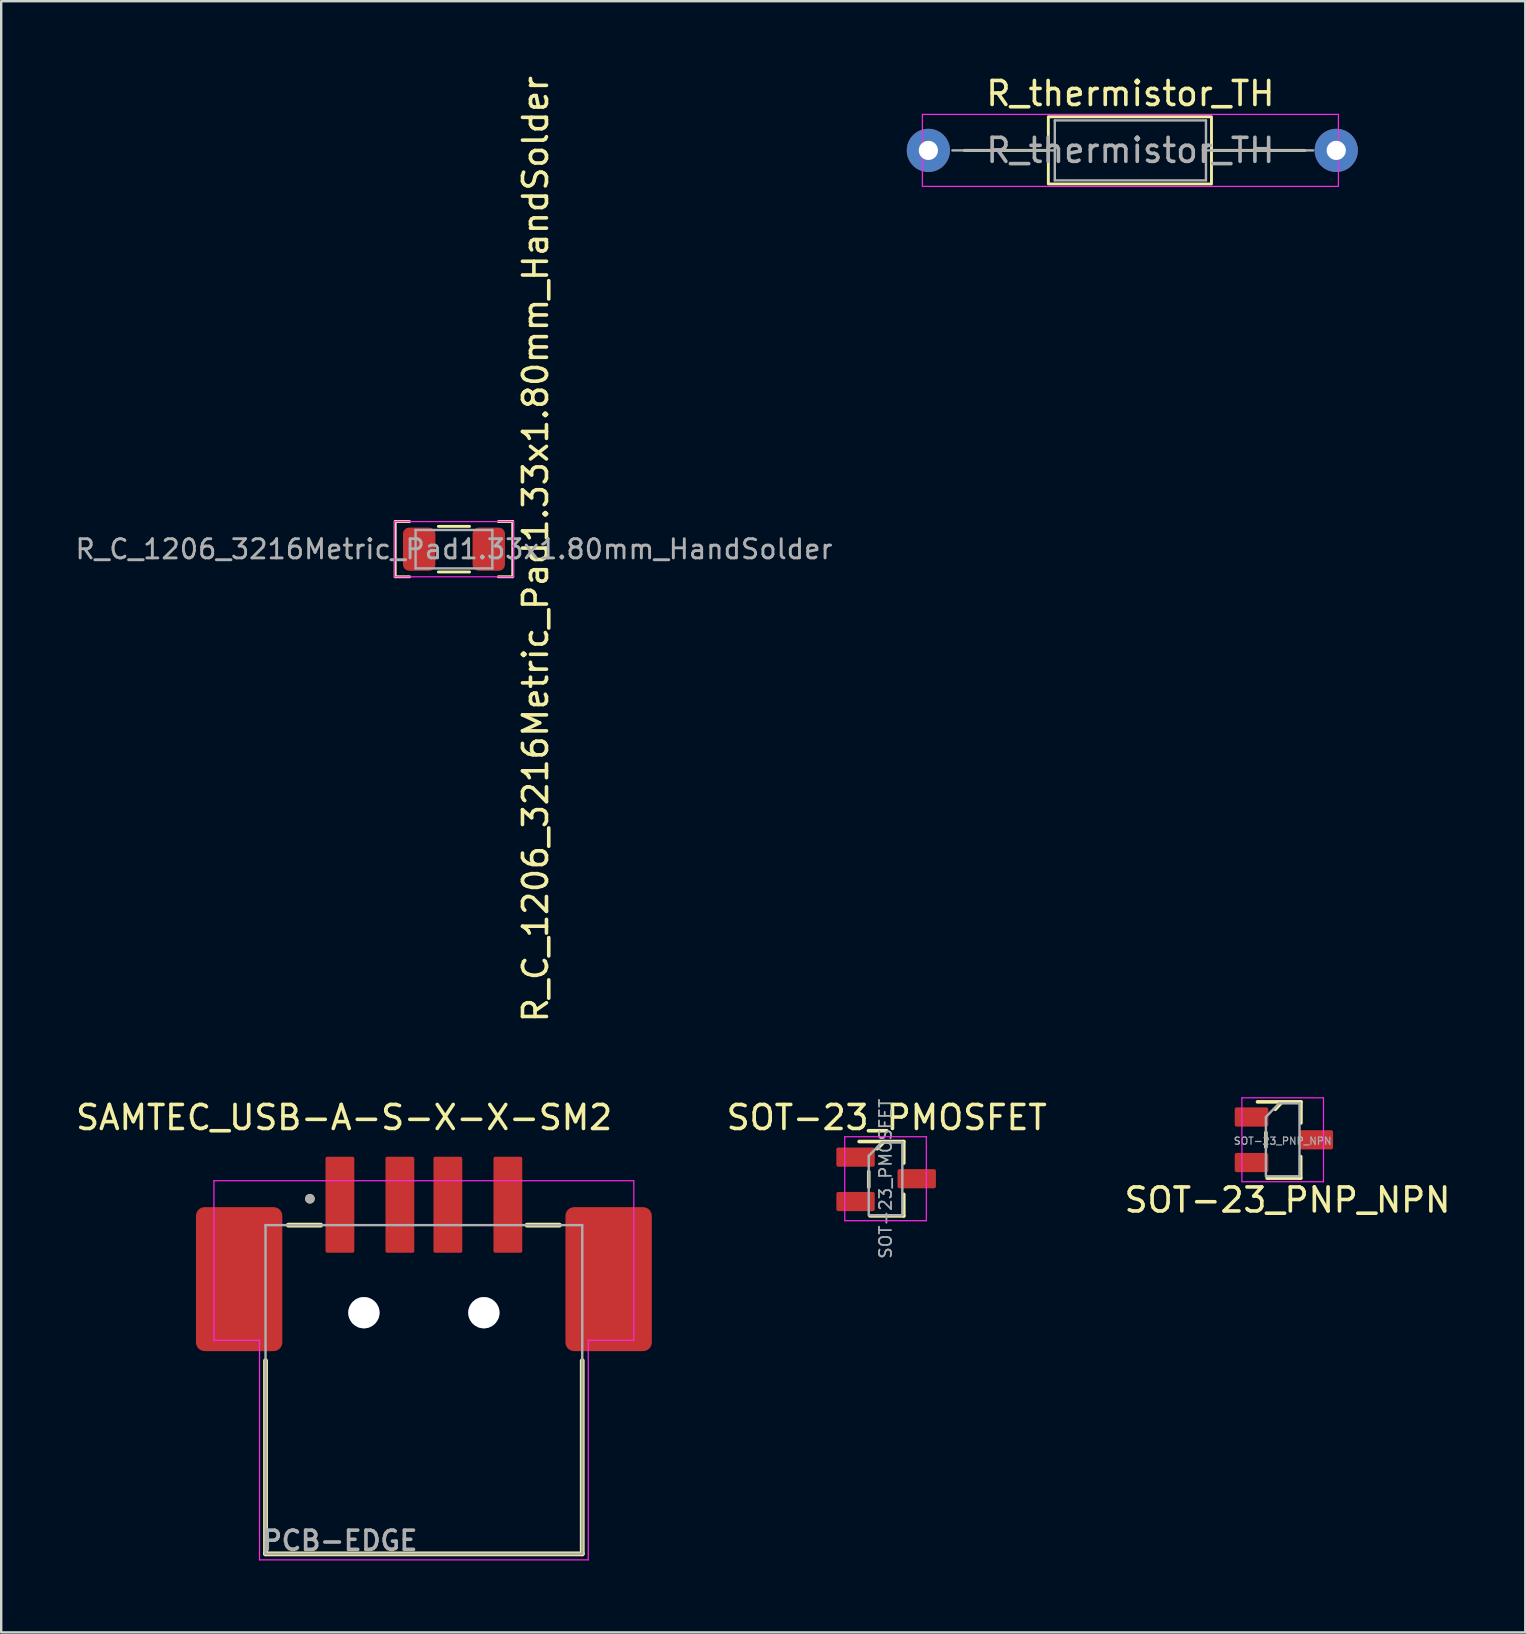
<source format=kicad_pcb>
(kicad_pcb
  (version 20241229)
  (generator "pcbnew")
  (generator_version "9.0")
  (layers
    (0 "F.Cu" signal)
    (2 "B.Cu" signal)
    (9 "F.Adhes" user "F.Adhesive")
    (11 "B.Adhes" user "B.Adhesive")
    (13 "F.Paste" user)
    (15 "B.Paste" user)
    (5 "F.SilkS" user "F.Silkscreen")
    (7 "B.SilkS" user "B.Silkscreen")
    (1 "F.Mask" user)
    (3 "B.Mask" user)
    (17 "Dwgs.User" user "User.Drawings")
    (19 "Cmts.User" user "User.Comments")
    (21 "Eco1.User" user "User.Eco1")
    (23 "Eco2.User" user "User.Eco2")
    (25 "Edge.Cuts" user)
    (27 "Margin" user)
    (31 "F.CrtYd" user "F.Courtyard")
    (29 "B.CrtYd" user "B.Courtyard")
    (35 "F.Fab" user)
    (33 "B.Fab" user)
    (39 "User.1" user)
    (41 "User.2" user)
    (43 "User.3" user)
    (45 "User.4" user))
  (footprint "R_thermistor_TH"
    (layer "F.Cu")
    (at 44.143 3.218)
    (property "Reference" "R_thermistor_TH" (at -0.08 -2.37 0) (layer "F.SilkS") (effects (font (size 1 1) (thickness 0.15))))
    (attr through_hole)
    (fp_line (start -7 0) (end -3.545 0) (stroke (width 0.12) (type solid)) (layer "F.SilkS"))
    (fp_line (start 7.2 0) (end 3.3 0) (stroke (width 0.12) (type solid)) (layer "F.SilkS"))
    (fp_rect (start -3.5 -1.4) (end 3.3 1.4) (stroke (width 0.12) (type solid)) (fill no) (layer "F.SilkS"))
    (fp_line (start -8.75 -1.5) (end -8.75 1.5) (stroke (width 0.05) (type solid)) (layer "F.CrtYd"))
    (fp_line (start -8.75 1.5) (end 8.59 1.5) (stroke (width 0.05) (type solid)) (layer "F.CrtYd"))
    (fp_line (start 8.59 -1.5) (end -8.75 -1.5) (stroke (width 0.05) (type solid)) (layer "F.CrtYd"))
    (fp_line (start 8.59 1.5) (end 8.59 -1.5) (stroke (width 0.05) (type solid)) (layer "F.CrtYd"))
    (fp_line (start -7.5 0) (end -3.23 0) (stroke (width 0.1) (type solid)) (layer "F.Fab"))
    (fp_line (start -3.23 -1.25) (end -3.23 1.25) (stroke (width 0.1) (type solid)) (layer "F.Fab"))
    (fp_line (start -3.23 1.25) (end 3.07 1.25) (stroke (width 0.1) (type solid)) (layer "F.Fab"))
    (fp_line (start 3.07 -1.25) (end -3.23 -1.25) (stroke (width 0.1) (type solid)) (layer "F.Fab"))
    (fp_line (start 3.07 1.25) (end 3.07 -1.25) (stroke (width 0.1) (type solid)) (layer "F.Fab"))
    (fp_line (start 7.54 0) (end 3.07 0) (stroke (width 0.1) (type solid)) (layer "F.Fab"))
    (fp_text user "${REFERENCE}" (at -0.08 0 0) (layer "F.Fab") (effects (font (size 1 1) (thickness 0.15))))
    (pad "1" thru_hole circle (at -8.5 0) (size 1.8 1.8) (drill 0.8) (layers "*.Cu" "*.Mask"))
    (pad "2" thru_hole circle (at 8.5 0) (size 1.8 1.8) (drill 0.8) (layers "*.Cu" "*.Mask")))
  (footprint "R_C_1206_3216Metric_Pad1.33x1.80mm_HandSolder"
    (layer "F.Cu")
    (at 15.871 19.839)
    (property "Reference" "R_C_1206_3216Metric_Pad1.33x1.80mm_HandSolder" (at 3.4 0 90) (layer "F.SilkS") (effects (font (size 1 1) (thickness 0.15))))
    (attr smd)
    (fp_line (start -2.45 -1.15) (end -2.45 1.15) (stroke (width 0.12) (type solid)) (layer "F.SilkS"))
    (fp_line (start -2.45 1.15) (end -1.85 1.15) (stroke (width 0.12) (type solid)) (layer "F.SilkS"))
    (fp_line (start -1.85 -1.15) (end -2.45 -1.15) (stroke (width 0.12) (type solid)) (layer "F.SilkS"))
    (fp_line (start -0.65 -0.95) (end 0.65 -0.95) (stroke (width 0.12) (type solid)) (layer "F.SilkS"))
    (fp_line (start -0.65 0.95) (end 0.65 0.95) (stroke (width 0.12) (type solid)) (layer "F.SilkS"))
    (fp_line (start 1.85 1.15) (end 2.45 1.15) (stroke (width 0.12) (type solid)) (layer "F.SilkS"))
    (fp_line (start 2.45 -1.15) (end 1.85 -1.15) (stroke (width 0.12) (type solid)) (layer "F.SilkS"))
    (fp_line (start 2.45 1.15) (end 2.45 -1.15) (stroke (width 0.12) (type solid)) (layer "F.SilkS"))
    (fp_line (start -2.48 -1.15) (end 2.48 -1.15) (stroke (width 0.05) (type solid)) (layer "F.CrtYd"))
    (fp_line (start -2.48 1.15) (end -2.48 -1.15) (stroke (width 0.05) (type solid)) (layer "F.CrtYd"))
    (fp_line (start 2.48 -1.15) (end 2.48 1.15) (stroke (width 0.05) (type solid)) (layer "F.CrtYd"))
    (fp_line (start 2.48 1.15) (end -2.48 1.15) (stroke (width 0.05) (type solid)) (layer "F.CrtYd"))
    (fp_line (start -1.6 -0.8) (end 1.6 -0.8) (stroke (width 0.1) (type solid)) (layer "F.Fab"))
    (fp_line (start -1.6 0.8) (end -1.6 -0.8) (stroke (width 0.1) (type solid)) (layer "F.Fab"))
    (fp_line (start 1.6 -0.8) (end 1.6 0.8) (stroke (width 0.1) (type solid)) (layer "F.Fab"))
    (fp_line (start 1.6 0.8) (end -1.6 0.8) (stroke (width 0.1) (type solid)) (layer "F.Fab"))
    (fp_text user "${REFERENCE}" (at 0 0 0) (layer "F.Fab") (effects (font (size 0.8 0.8) (thickness 0.12))))
    (pad "1" smd roundrect (at -1.45 0) (size 1.35 1.8) (layers "F.Cu" "F.Mask" "F.Paste") (roundrect_rratio 0.189))
    (pad "2" smd roundrect (at 1.45 0) (size 1.35 1.8) (layers "F.Cu" "F.Mask" "F.Paste") (roundrect_rratio 0.189)))
  (footprint "SAMTEC_USB-A-S-X-X-SM2"
    (layer "F.Cu")
    (at 14.617 51.662)
    (property "Reference" "SAMTEC_USB-A-S-X-X-SM2" (at -3.325 -8.135 0) (layer "F.SilkS") (effects (font (size 1 1) (thickness 0.15))))
    (attr through_hole)
    (fp_line (start -6.6 10.05) (end -6.6 2) (stroke (width 0.2) (type solid)) (layer "F.SilkS"))
    (fp_line (start -5.65 -3.65) (end -4.3 -3.65) (stroke (width 0.2) (type solid)) (layer "F.SilkS"))
    (fp_line (start 4.3 -3.65) (end 5.65 -3.65) (stroke (width 0.2) (type solid)) (layer "F.SilkS"))
    (fp_line (start 6.6 2) (end 6.6 10.05) (stroke (width 0.2) (type solid)) (layer "F.SilkS"))
    (fp_line (start 6.6 10.05) (end -6.6 10.05) (stroke (width 0.2) (type solid)) (layer "F.SilkS"))
    (fp_circle (center -4.75 -4.75) (end -4.65 -4.75) (stroke (width 0.2) (type solid)) (fill no) (layer "F.SilkS"))
    (fp_line (start -8.75 -5.5) (end 8.75 -5.5) (stroke (width 0.05) (type solid)) (layer "F.CrtYd"))
    (fp_line (start -8.75 1.15) (end -8.75 -5.5) (stroke (width 0.05) (type solid)) (layer "F.CrtYd"))
    (fp_line (start -6.85 1.15) (end -8.75 1.15) (stroke (width 0.05) (type solid)) (layer "F.CrtYd"))
    (fp_line (start -6.85 10.3) (end -6.85 1.15) (stroke (width 0.05) (type solid)) (layer "F.CrtYd"))
    (fp_line (start 6.85 1.15) (end 6.85 10.3) (stroke (width 0.05) (type solid)) (layer "F.CrtYd"))
    (fp_line (start 6.85 10.3) (end -6.85 10.3) (stroke (width 0.05) (type solid)) (layer "F.CrtYd"))
    (fp_line (start 8.75 -5.5) (end 8.75 1.15) (stroke (width 0.05) (type solid)) (layer "F.CrtYd"))
    (fp_line (start 8.75 1.15) (end 6.85 1.15) (stroke (width 0.05) (type solid)) (layer "F.CrtYd"))
    (fp_line (start -6.6 -3.65) (end 6.6 -3.65) (stroke (width 0.1) (type solid)) (layer "F.Fab"))
    (fp_line (start -6.6 10.05) (end -6.6 -3.65) (stroke (width 0.1) (type solid)) (layer "F.Fab"))
    (fp_line (start 6.6 -3.65) (end 6.6 10.05) (stroke (width 0.1) (type solid)) (layer "F.Fab"))
    (fp_line (start 6.6 10.05) (end -6.6 10.05) (stroke (width 0.1) (type solid)) (layer "F.Fab"))
    (fp_circle (center -4.75 -4.75) (end -4.65 -4.75) (stroke (width 0.2) (type solid)) (fill no) (layer "F.Fab"))
    (fp_text user "PCB-EDGE" (at -3.5 9.5 0) (layer "F.Fab") (effects (font (size 0.8 0.8) (thickness 0.15))))
    (pad "1" smd roundrect (at -3.5 -4.5) (size 1.2 4) (layers "F.Cu" "F.Mask" "F.Paste") (roundrect_rratio 0.06))
    (pad "2" smd roundrect (at -1 -4.5) (size 1.2 4) (layers "F.Cu" "F.Mask" "F.Paste") (roundrect_rratio 0.06))
    (pad "3" smd roundrect (at 1 -4.5) (size 1.2 4) (layers "F.Cu" "F.Mask" "F.Paste") (roundrect_rratio 0.06))
    (pad "4" smd roundrect (at 3.5 -4.5) (size 1.2 4) (layers "F.Cu" "F.Mask" "F.Paste") (roundrect_rratio 0.06))
    (pad "5" smd roundrect (at 7.7 -1.4) (size 3.6 6) (layers "F.Cu" "F.Mask" "F.Paste") (roundrect_rratio 0.1))
    (pad "6" smd roundrect (at -7.7 -1.4) (size 3.6 6) (layers "F.Cu" "F.Mask" "F.Paste") (roundrect_rratio 0.1))
    (pad "None" thru_hole circle (at -2.5 0) (size 1.3 1.3) (drill 1.3) (layers "*.Cu" "*.Mask"))
    (pad "None" thru_hole circle (at 2.5 0) (size 1.3 1.3) (drill 1.3) (layers "*.Cu" "*.Mask")))
  (footprint "SOT-23_PNP_NPN"
    (layer "F.Cu")
    (at 50.411 44.454)
    (property "Reference" "SOT-23_PNP_NPN" (at 0.2 2.51 180) (layer "F.SilkS") (effects (font (size 1 1) (thickness 0.15))))
    (attr smd)
    (fp_line (start -0.7 -0.3) (end -0.7 0.3) (stroke (width 0.15) (type solid)) (layer "F.SilkS"))
    (fp_line (start -0.31 -1.27) (end -0.05 -1.55) (stroke (width 0.15) (type solid)) (layer "F.SilkS"))
    (fp_line (start 0.75 1.6) (end -0.65 1.6) (stroke (width 0.15) (type solid)) (layer "F.SilkS"))
    (fp_line (start 0.75 1.6) (end 0.75 0.7) (stroke (width 0.15) (type solid)) (layer "F.SilkS"))
    (fp_line (start 0.76 -1.58) (end -1.05 -1.58) (stroke (width 0.15) (type solid)) (layer "F.SilkS"))
    (fp_line (start 0.76 -1.58) (end 0.76 -0.7) (stroke (width 0.15) (type solid)) (layer "F.SilkS"))
    (fp_line (start -1.7 -1.75) (end 1.7 -1.75) (stroke (width 0.05) (type solid)) (layer "F.CrtYd"))
    (fp_line (start -1.7 1.75) (end -1.7 -1.75) (stroke (width 0.05) (type solid)) (layer "F.CrtYd"))
    (fp_line (start 1.7 -1.75) (end 1.7 1.75) (stroke (width 0.05) (type solid)) (layer "F.CrtYd"))
    (fp_line (start 1.7 1.75) (end -1.7 1.75) (stroke (width 0.05) (type solid)) (layer "F.CrtYd"))
    (fp_line (start -0.7 -0.95) (end -0.7 1.5) (stroke (width 0.1) (type solid)) (layer "F.Fab"))
    (fp_line (start -0.7 -0.95) (end -0.15 -1.52) (stroke (width 0.1) (type solid)) (layer "F.Fab"))
    (fp_line (start -0.7 1.52) (end 0.7 1.52) (stroke (width 0.1) (type solid)) (layer "F.Fab"))
    (fp_line (start -0.15 -1.52) (end 0.7 -1.52) (stroke (width 0.1) (type solid)) (layer "F.Fab"))
    (fp_line (start 0.7 -1.52) (end 0.7 1.52) (stroke (width 0.1) (type solid)) (layer "F.Fab"))
    (fp_text user "${REFERENCE}" (at 0 0.05 180) (layer "F.Fab") (effects (font (size 0.3 0.3) (thickness 0.05))))
    (pad "B" smd roundrect (at -1.3 -0.95) (size 1.4 0.8) (layers "F.Cu" "F.Mask" "F.Paste") (roundrect_rratio 0.1))
    (pad "C" smd roundrect (at 1.4 0) (size 1.4 0.8) (layers "F.Cu" "F.Mask" "F.Paste") (roundrect_rratio 0.1))
    (pad "E" smd roundrect (at -1.3 0.95) (size 1.4 0.8) (layers "F.Cu" "F.Mask" "F.Paste") (roundrect_rratio 0.1)))
  (footprint "SOT-23_PMOSFET"
    (layer "F.Cu")
    (at 33.858 46.077)
    (property "Reference" "SOT-23_PMOSFET" (at 0.05 -2.55 180) (layer "F.SilkS") (effects (font (size 1 1) (thickness 0.15))))
    (attr smd)
    (fp_line (start -0.7 0.35) (end -0.7 -0.3) (stroke (width 0.15) (type solid)) (layer "F.SilkS"))
    (fp_line (start -0.05 -1.55) (end -0.35 -1.25) (stroke (width 0.15) (type solid)) (layer "F.SilkS"))
    (fp_line (start 0.76 -1.55) (end -1.1 -1.55) (stroke (width 0.15) (type solid)) (layer "F.SilkS"))
    (fp_line (start 0.76 -1.55) (end 0.76 -0.65) (stroke (width 0.15) (type solid)) (layer "F.SilkS"))
    (fp_line (start 0.76 1.55) (end -0.65 1.55) (stroke (width 0.15) (type solid)) (layer "F.SilkS"))
    (fp_line (start 0.76 1.55) (end 0.76 0.65) (stroke (width 0.15) (type solid)) (layer "F.SilkS"))
    (fp_line (start -1.7 -1.75) (end 1.7 -1.75) (stroke (width 0.05) (type solid)) (layer "F.CrtYd"))
    (fp_line (start -1.7 1.75) (end -1.7 -1.75) (stroke (width 0.05) (type solid)) (layer "F.CrtYd"))
    (fp_line (start 1.7 -1.75) (end 1.7 1.75) (stroke (width 0.05) (type solid)) (layer "F.CrtYd"))
    (fp_line (start 1.7 1.75) (end -1.7 1.75) (stroke (width 0.05) (type solid)) (layer "F.CrtYd"))
    (fp_line (start -0.7 -0.95) (end -0.7 1.5) (stroke (width 0.1) (type solid)) (layer "F.Fab"))
    (fp_line (start -0.7 -0.95) (end -0.15 -1.52) (stroke (width 0.1) (type solid)) (layer "F.Fab"))
    (fp_line (start -0.7 1.52) (end 0.7 1.52) (stroke (width 0.1) (type solid)) (layer "F.Fab"))
    (fp_line (start -0.15 -1.52) (end 0.7 -1.52) (stroke (width 0.1) (type solid)) (layer "F.Fab"))
    (fp_line (start 0.7 -1.52) (end 0.7 1.52) (stroke (width 0.1) (type solid)) (layer "F.Fab"))
    (fp_text user "${REFERENCE}" (at 0 0 270) (layer "F.Fab") (effects (font (size 0.5 0.5) (thickness 0.075))))
    (pad "D" smd roundrect (at 1.3 0) (size 1.6 0.8) (layers "F.Cu" "F.Mask" "F.Paste") (roundrect_rratio 0.1))
    (pad "G" smd roundrect (at -1.25 -0.9) (size 1.6 0.8) (layers "F.Cu" "F.Mask" "F.Paste") (roundrect_rratio 0.1))
    (pad "S" smd roundrect (at -1.25 0.95) (size 1.6 0.8) (layers "F.Cu" "F.Mask" "F.Paste") (roundrect_rratio 0.1)))
  (gr_rect
    (start -3 -3)
    (end 60.521 64.987)
    (stroke (width 0.1) (type default))
    (fill no)
    (layer "Edge.Cuts")))
</source>
